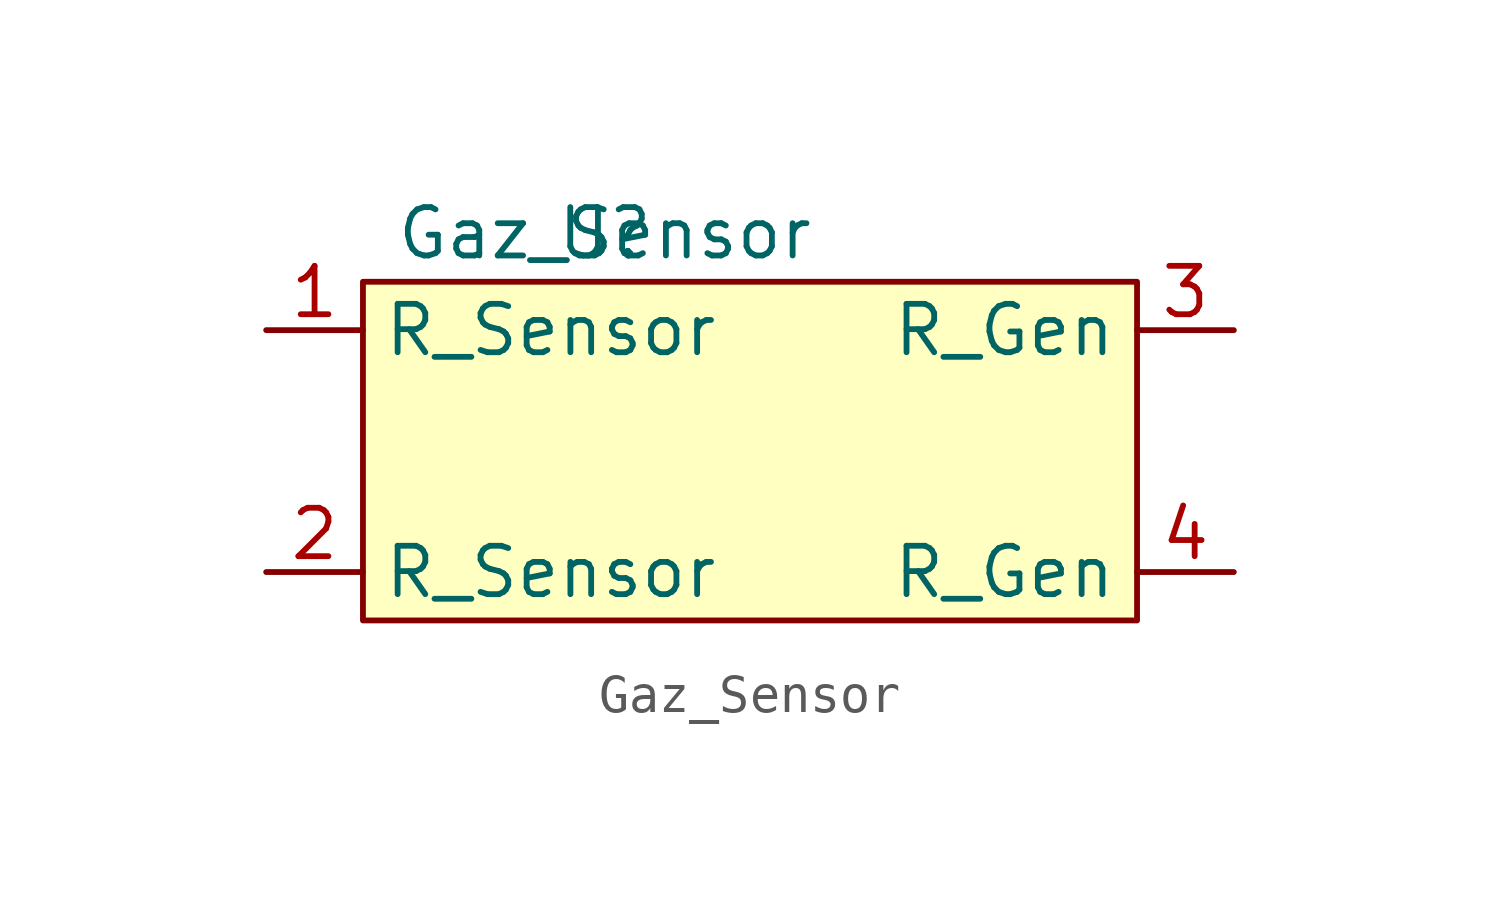
<source format=kicad_sym>
(kicad_symbol_lib
  (version 20220914)
  (generator kicad_symbol_editor)
  (symbol "Gaz_Sensor"
    (property "Reference" "U"
      (at 0 0 0)
      (effects (font (size 1.27 1.27))))
    (property "Value" "Gaz_Sensor"
      (at 0 0 0)
      (effects (font (size 1.27 1.27))))
    (symbol "Gaz_Sensor_1_1"
      (rectangle (start -6.35 -1.27) (end 13.97 -10.16) (stroke (width 0) (type default)) (fill (type background)))
      (pin passive line (at -8.89 -2.54 0) (length 2.54) (name "R_Sensor" (effects (font (size 1.27 1.27)))) (number "1" (effects (font (size 1.27 1.27)))))
      (pin passive line (at -8.89 -8.89 0) (length 2.54) (name "R_Sensor" (effects (font (size 1.27 1.27)))) (number "2" (effects (font (size 1.27 1.27)))))
      (pin passive line (at 16.51 -2.54 180) (length 2.54) (name "R_Gen" (effects (font (size 1.27 1.27)))) (number "3" (effects (font (size 1.27 1.27)))))
      (pin passive line (at 16.51 -8.89 180) (length 2.54) (name "R_Gen" (effects (font (size 1.27 1.27)))) (number "4" (effects (font (size 1.27 1.27))))))))
</source>
